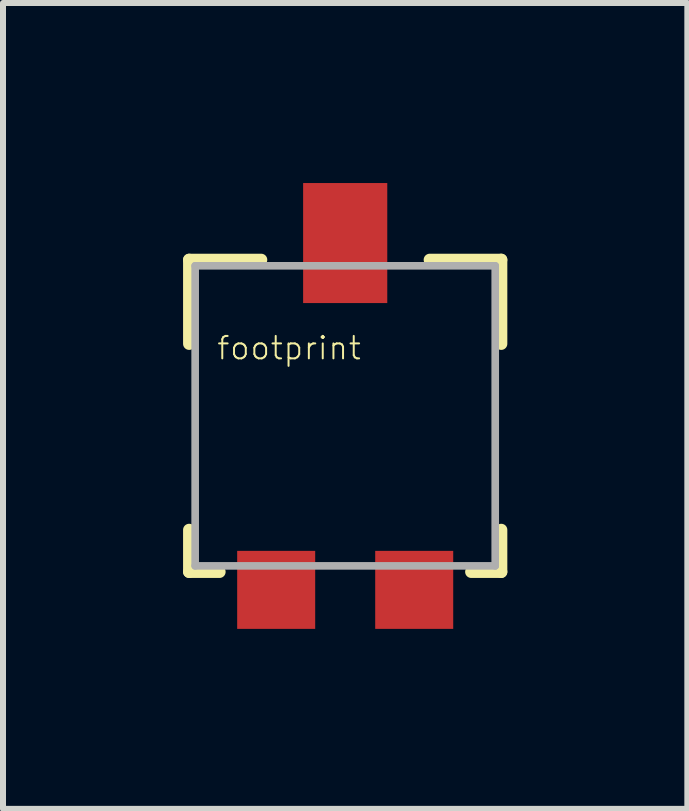
<source format=kicad_pcb>
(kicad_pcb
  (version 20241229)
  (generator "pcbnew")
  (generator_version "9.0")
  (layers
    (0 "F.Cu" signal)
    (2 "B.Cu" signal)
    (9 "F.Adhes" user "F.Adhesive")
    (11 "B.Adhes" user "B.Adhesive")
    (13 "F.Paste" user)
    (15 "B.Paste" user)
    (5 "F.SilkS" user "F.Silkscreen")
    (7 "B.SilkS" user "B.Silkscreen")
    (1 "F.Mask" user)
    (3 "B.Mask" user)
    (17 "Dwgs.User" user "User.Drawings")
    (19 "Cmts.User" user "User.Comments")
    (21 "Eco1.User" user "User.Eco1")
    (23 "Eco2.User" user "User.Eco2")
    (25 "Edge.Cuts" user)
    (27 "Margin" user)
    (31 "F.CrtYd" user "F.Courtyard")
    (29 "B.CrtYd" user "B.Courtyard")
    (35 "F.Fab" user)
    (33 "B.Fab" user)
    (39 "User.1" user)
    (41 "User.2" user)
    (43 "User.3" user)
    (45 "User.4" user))
  (footprint "footprint"
    (layer "F.Cu")
    (at 2.702 4.239)
    (property "Reference" "footprint" (at -2.159 -1.27 0) (layer "F.SilkS") (effects (font (size 0.374 0.374) (thickness 0.033)) (justify left bottom)))
    (fp_line (start -2.6 -2.96) (end -2.6 -1.56) (stroke (width 0.203) (type solid)) (layer "F.SilkS"))
    (fp_line (start -2.6 2.24) (end -2.6 1.54) (stroke (width 0.203) (type solid)) (layer "F.SilkS"))
    (fp_line (start -2.094 2.24) (end -2.6 2.24) (stroke (width 0.203) (type solid)) (layer "F.SilkS"))
    (fp_line (start -1.4 -2.96) (end -2.6 -2.96) (stroke (width 0.203) (type solid)) (layer "F.SilkS"))
    (fp_line (start 1.409 -2.96) (end 2.6 -2.96) (stroke (width 0.203) (type solid)) (layer "F.SilkS"))
    (fp_line (start 2.1 2.24) (end 2.6 2.24) (stroke (width 0.203) (type solid)) (layer "F.SilkS"))
    (fp_line (start 2.6 -2.96) (end 2.6 -1.56) (stroke (width 0.203) (type solid)) (layer "F.SilkS"))
    (fp_line (start 2.6 2.24) (end 2.6 1.54) (stroke (width 0.203) (type solid)) (layer "F.SilkS"))
    (fp_line (start -2.5 -2.86) (end 2.5 -2.86) (stroke (width 0.127) (type solid)) (layer "F.Fab"))
    (fp_line (start -2.5 2.14) (end -2.5 -2.86) (stroke (width 0.127) (type solid)) (layer "F.Fab"))
    (fp_line (start 2.5 -2.86) (end 2.5 2.14) (stroke (width 0.127) (type solid)) (layer "F.Fab"))
    (fp_line (start 2.5 2.14) (end -2.5 2.14) (stroke (width 0.127) (type solid)) (layer "F.Fab"))
    (pad "A" smd rect (at 1.15 2.54) (size 1.3 1.3) (layers "F.Cu" "F.Mask" "F.Paste"))
    (pad "B" smd rect (at 0 -3.239 270) (size 2 1.402) (layers "F.Cu" "F.Mask" "F.Paste"))
    (pad "C" smd rect (at -1.15 2.54) (size 1.3 1.3) (layers "F.Cu" "F.Mask" "F.Paste")))
  (gr_rect
    (start -3 -3)
    (end 8.403 10.428)
    (stroke (width 0.1) (type default))
    (fill no)
    (layer "Edge.Cuts")))
</source>
